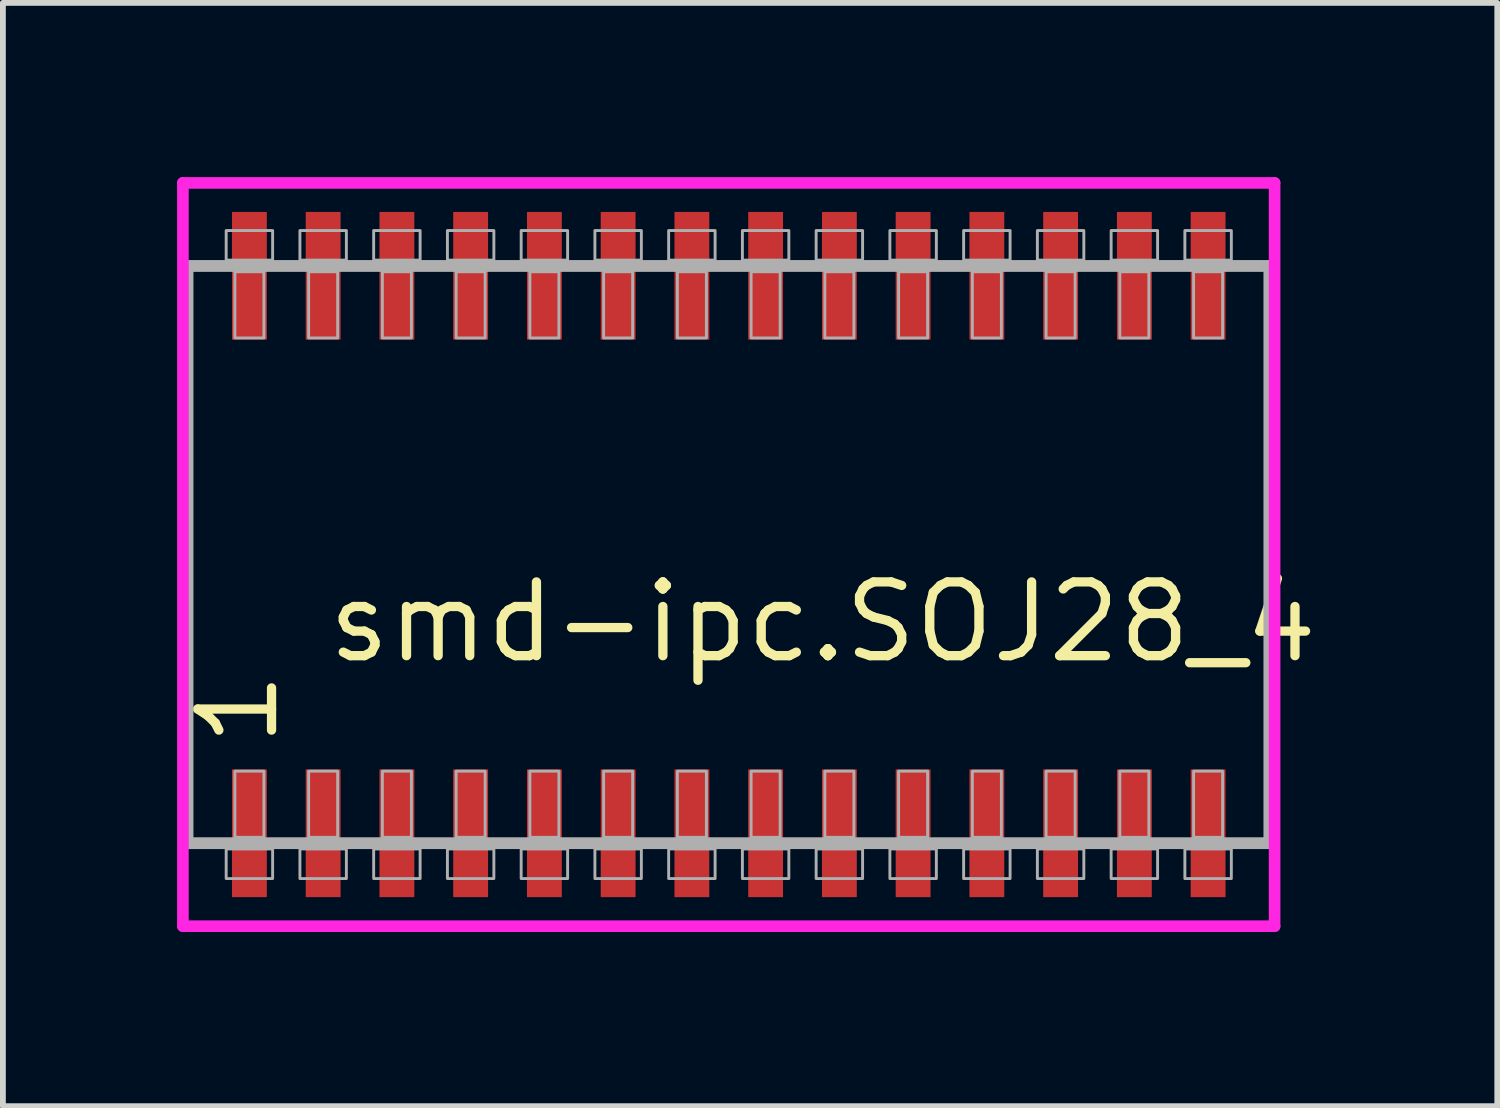
<source format=kicad_pcb>
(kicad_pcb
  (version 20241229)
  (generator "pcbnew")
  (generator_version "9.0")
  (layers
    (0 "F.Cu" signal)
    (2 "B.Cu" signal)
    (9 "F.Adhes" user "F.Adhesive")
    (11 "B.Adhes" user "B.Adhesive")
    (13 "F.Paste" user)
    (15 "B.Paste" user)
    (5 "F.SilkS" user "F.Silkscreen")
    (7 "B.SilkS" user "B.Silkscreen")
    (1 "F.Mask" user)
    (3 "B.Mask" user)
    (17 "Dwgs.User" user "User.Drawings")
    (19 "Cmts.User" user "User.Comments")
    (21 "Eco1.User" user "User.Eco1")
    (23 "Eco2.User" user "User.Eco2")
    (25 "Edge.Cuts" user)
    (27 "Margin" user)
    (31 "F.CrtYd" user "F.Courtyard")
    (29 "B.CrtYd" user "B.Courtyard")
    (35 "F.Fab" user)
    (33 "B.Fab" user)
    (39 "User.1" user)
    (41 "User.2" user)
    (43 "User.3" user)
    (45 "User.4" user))
  (footprint "smd-ipc.SOJ28_4"
    (layer "F.Cu")
    (at 9.5 6.5)
    (property "Reference" "smd-ipc.SOJ28_4" (at -6.985 1.905 0) (layer "F.SilkS") (effects (font (size 1.27 1.27) (thickness 0.16)) (justify left bottom)))
    (attr smd)
    (fp_line (start -9.4 -6.4) (end 9.4 -6.4) (stroke (width 0.2) (type default)) (layer "F.CrtYd"))
    (fp_line (start -9.4 6.4) (end -9.4 -6.4) (stroke (width 0.2) (type default)) (layer "F.CrtYd"))
    (fp_line (start 9.4 -6.4) (end 9.4 6.4) (stroke (width 0.2) (type default)) (layer "F.CrtYd"))
    (fp_line (start 9.4 6.4) (end -9.4 6.4) (stroke (width 0.2) (type default)) (layer "F.CrtYd"))
    (fp_line (start -9.32 -4.97) (end 9.31 -4.97) (stroke (width 0.203) (type default)) (layer "F.Fab"))
    (fp_line (start -9.32 4.97) (end -9.32 -4.97) (stroke (width 0.203) (type default)) (layer "F.Fab"))
    (fp_line (start 9.31 -4.97) (end 9.31 4.97) (stroke (width 0.203) (type default)) (layer "F.Fab"))
    (fp_line (start 9.31 4.97) (end -9.32 4.97) (stroke (width 0.203) (type default)) (layer "F.Fab"))
    (fp_rect (start -8.655 -5.07) (end -7.855 -5.58) (stroke (width 0.05) (type default)) (fill no) (layer "F.Fab"))
    (fp_rect (start -8.655 5.58) (end -7.855 5.07) (stroke (width 0.05) (type default)) (fill no) (layer "F.Fab"))
    (fp_rect (start -8.505 -3.73) (end -8.005 -4.87) (stroke (width 0.05) (type default)) (fill no) (layer "F.Fab"))
    (fp_rect (start -8.505 4.87) (end -8.005 3.73) (stroke (width 0.05) (type default)) (fill no) (layer "F.Fab"))
    (fp_rect (start -7.385 -5.07) (end -6.585 -5.58) (stroke (width 0.05) (type default)) (fill no) (layer "F.Fab"))
    (fp_rect (start -7.385 5.58) (end -6.585 5.07) (stroke (width 0.05) (type default)) (fill no) (layer "F.Fab"))
    (fp_rect (start -7.235 -3.73) (end -6.735 -4.87) (stroke (width 0.05) (type default)) (fill no) (layer "F.Fab"))
    (fp_rect (start -7.235 4.87) (end -6.735 3.73) (stroke (width 0.05) (type default)) (fill no) (layer "F.Fab"))
    (fp_rect (start -6.115 -5.07) (end -5.315 -5.58) (stroke (width 0.05) (type default)) (fill no) (layer "F.Fab"))
    (fp_rect (start -6.115 5.58) (end -5.315 5.07) (stroke (width 0.05) (type default)) (fill no) (layer "F.Fab"))
    (fp_rect (start -5.965 -3.73) (end -5.465 -4.87) (stroke (width 0.05) (type default)) (fill no) (layer "F.Fab"))
    (fp_rect (start -5.965 4.87) (end -5.465 3.73) (stroke (width 0.05) (type default)) (fill no) (layer "F.Fab"))
    (fp_rect (start -4.845 -5.07) (end -4.045 -5.58) (stroke (width 0.05) (type default)) (fill no) (layer "F.Fab"))
    (fp_rect (start -4.845 5.58) (end -4.045 5.07) (stroke (width 0.05) (type default)) (fill no) (layer "F.Fab"))
    (fp_rect (start -4.695 -3.73) (end -4.195 -4.87) (stroke (width 0.05) (type default)) (fill no) (layer "F.Fab"))
    (fp_rect (start -4.695 4.87) (end -4.195 3.73) (stroke (width 0.05) (type default)) (fill no) (layer "F.Fab"))
    (fp_rect (start -3.575 -5.07) (end -2.775 -5.58) (stroke (width 0.05) (type default)) (fill no) (layer "F.Fab"))
    (fp_rect (start -3.575 5.58) (end -2.775 5.07) (stroke (width 0.05) (type default)) (fill no) (layer "F.Fab"))
    (fp_rect (start -3.425 -3.73) (end -2.925 -4.87) (stroke (width 0.05) (type default)) (fill no) (layer "F.Fab"))
    (fp_rect (start -3.425 4.87) (end -2.925 3.73) (stroke (width 0.05) (type default)) (fill no) (layer "F.Fab"))
    (fp_rect (start -2.305 -5.07) (end -1.505 -5.58) (stroke (width 0.05) (type default)) (fill no) (layer "F.Fab"))
    (fp_rect (start -2.305 5.58) (end -1.505 5.07) (stroke (width 0.05) (type default)) (fill no) (layer "F.Fab"))
    (fp_rect (start -2.155 -3.73) (end -1.655 -4.87) (stroke (width 0.05) (type default)) (fill no) (layer "F.Fab"))
    (fp_rect (start -2.155 4.87) (end -1.655 3.73) (stroke (width 0.05) (type default)) (fill no) (layer "F.Fab"))
    (fp_rect (start -1.035 -5.07) (end -0.235 -5.58) (stroke (width 0.05) (type default)) (fill no) (layer "F.Fab"))
    (fp_rect (start -1.035 5.58) (end -0.235 5.07) (stroke (width 0.05) (type default)) (fill no) (layer "F.Fab"))
    (fp_rect (start -0.885 -3.73) (end -0.385 -4.87) (stroke (width 0.05) (type default)) (fill no) (layer "F.Fab"))
    (fp_rect (start -0.885 4.87) (end -0.385 3.73) (stroke (width 0.05) (type default)) (fill no) (layer "F.Fab"))
    (fp_rect (start 0.235 -5.07) (end 1.035 -5.58) (stroke (width 0.05) (type default)) (fill no) (layer "F.Fab"))
    (fp_rect (start 0.235 5.58) (end 1.035 5.07) (stroke (width 0.05) (type default)) (fill no) (layer "F.Fab"))
    (fp_rect (start 0.385 -3.73) (end 0.885 -4.87) (stroke (width 0.05) (type default)) (fill no) (layer "F.Fab"))
    (fp_rect (start 0.385 4.87) (end 0.885 3.73) (stroke (width 0.05) (type default)) (fill no) (layer "F.Fab"))
    (fp_rect (start 1.505 -5.07) (end 2.305 -5.58) (stroke (width 0.05) (type default)) (fill no) (layer "F.Fab"))
    (fp_rect (start 1.505 5.58) (end 2.305 5.07) (stroke (width 0.05) (type default)) (fill no) (layer "F.Fab"))
    (fp_rect (start 1.655 -3.73) (end 2.155 -4.87) (stroke (width 0.05) (type default)) (fill no) (layer "F.Fab"))
    (fp_rect (start 1.655 4.87) (end 2.155 3.73) (stroke (width 0.05) (type default)) (fill no) (layer "F.Fab"))
    (fp_rect (start 2.775 -5.07) (end 3.575 -5.58) (stroke (width 0.05) (type default)) (fill no) (layer "F.Fab"))
    (fp_rect (start 2.775 5.58) (end 3.575 5.07) (stroke (width 0.05) (type default)) (fill no) (layer "F.Fab"))
    (fp_rect (start 2.925 -3.73) (end 3.425 -4.87) (stroke (width 0.05) (type default)) (fill no) (layer "F.Fab"))
    (fp_rect (start 2.925 4.87) (end 3.425 3.73) (stroke (width 0.05) (type default)) (fill no) (layer "F.Fab"))
    (fp_rect (start 4.045 -5.07) (end 4.845 -5.58) (stroke (width 0.05) (type default)) (fill no) (layer "F.Fab"))
    (fp_rect (start 4.045 5.58) (end 4.845 5.07) (stroke (width 0.05) (type default)) (fill no) (layer "F.Fab"))
    (fp_rect (start 4.195 -3.73) (end 4.695 -4.87) (stroke (width 0.05) (type default)) (fill no) (layer "F.Fab"))
    (fp_rect (start 4.195 4.87) (end 4.695 3.73) (stroke (width 0.05) (type default)) (fill no) (layer "F.Fab"))
    (fp_rect (start 5.315 -5.07) (end 6.115 -5.58) (stroke (width 0.05) (type default)) (fill no) (layer "F.Fab"))
    (fp_rect (start 5.315 5.58) (end 6.115 5.07) (stroke (width 0.05) (type default)) (fill no) (layer "F.Fab"))
    (fp_rect (start 5.465 -3.73) (end 5.965 -4.87) (stroke (width 0.05) (type default)) (fill no) (layer "F.Fab"))
    (fp_rect (start 5.465 4.87) (end 5.965 3.73) (stroke (width 0.05) (type default)) (fill no) (layer "F.Fab"))
    (fp_rect (start 6.585 -5.07) (end 7.385 -5.58) (stroke (width 0.05) (type default)) (fill no) (layer "F.Fab"))
    (fp_rect (start 6.585 5.58) (end 7.385 5.07) (stroke (width 0.05) (type default)) (fill no) (layer "F.Fab"))
    (fp_rect (start 6.735 -3.73) (end 7.235 -4.87) (stroke (width 0.05) (type default)) (fill no) (layer "F.Fab"))
    (fp_rect (start 6.735 4.87) (end 7.235 3.73) (stroke (width 0.05) (type default)) (fill no) (layer "F.Fab"))
    (fp_rect (start 7.855 -5.07) (end 8.655 -5.58) (stroke (width 0.05) (type default)) (fill no) (layer "F.Fab"))
    (fp_rect (start 7.855 5.58) (end 8.655 5.07) (stroke (width 0.05) (type default)) (fill no) (layer "F.Fab"))
    (fp_rect (start 8.005 -3.73) (end 8.505 -4.87) (stroke (width 0.05) (type default)) (fill no) (layer "F.Fab"))
    (fp_rect (start 8.005 4.87) (end 8.505 3.73) (stroke (width 0.05) (type default)) (fill no) (layer "F.Fab"))
    (fp_text user "1" (at -7.71 3.37 90) (layer "F.SilkS") (effects (font (size 1.27 1.27) (thickness 0.16)) (justify left bottom)))
    (pad "1" smd roundrect (at -8.255 4.8) (size 0.6 2.2) (layers "F.Cu" "F.Mask" "F.Paste") (roundrect_rratio 0.01))
    (pad "2" smd roundrect (at -6.985 4.8) (size 0.6 2.2) (layers "F.Cu" "F.Mask" "F.Paste") (roundrect_rratio 0.01))
    (pad "3" smd roundrect (at -5.715 4.8) (size 0.6 2.2) (layers "F.Cu" "F.Mask" "F.Paste") (roundrect_rratio 0.01))
    (pad "4" smd roundrect (at -4.445 4.8) (size 0.6 2.2) (layers "F.Cu" "F.Mask" "F.Paste") (roundrect_rratio 0.01))
    (pad "5" smd roundrect (at -3.175 4.8) (size 0.6 2.2) (layers "F.Cu" "F.Mask" "F.Paste") (roundrect_rratio 0.01))
    (pad "6" smd roundrect (at -1.905 4.8) (size 0.6 2.2) (layers "F.Cu" "F.Mask" "F.Paste") (roundrect_rratio 0.01))
    (pad "7" smd roundrect (at -0.635 4.8) (size 0.6 2.2) (layers "F.Cu" "F.Mask" "F.Paste") (roundrect_rratio 0.01))
    (pad "8" smd roundrect (at 0.635 4.8) (size 0.6 2.2) (layers "F.Cu" "F.Mask" "F.Paste") (roundrect_rratio 0.01))
    (pad "9" smd roundrect (at 1.905 4.8) (size 0.6 2.2) (layers "F.Cu" "F.Mask" "F.Paste") (roundrect_rratio 0.01))
    (pad "10" smd roundrect (at 3.175 4.8) (size 0.6 2.2) (layers "F.Cu" "F.Mask" "F.Paste") (roundrect_rratio 0.01))
    (pad "11" smd roundrect (at 4.445 4.8) (size 0.6 2.2) (layers "F.Cu" "F.Mask" "F.Paste") (roundrect_rratio 0.01))
    (pad "12" smd roundrect (at 5.715 4.8) (size 0.6 2.2) (layers "F.Cu" "F.Mask" "F.Paste") (roundrect_rratio 0.01))
    (pad "13" smd roundrect (at 6.985 4.8) (size 0.6 2.2) (layers "F.Cu" "F.Mask" "F.Paste") (roundrect_rratio 0.01))
    (pad "14" smd roundrect (at 8.255 4.8) (size 0.6 2.2) (layers "F.Cu" "F.Mask" "F.Paste") (roundrect_rratio 0.01))
    (pad "15" smd roundrect (at 8.255 -4.8) (size 0.6 2.2) (layers "F.Cu" "F.Mask" "F.Paste") (roundrect_rratio 0.01))
    (pad "16" smd roundrect (at 6.985 -4.8) (size 0.6 2.2) (layers "F.Cu" "F.Mask" "F.Paste") (roundrect_rratio 0.01))
    (pad "17" smd roundrect (at 5.715 -4.8) (size 0.6 2.2) (layers "F.Cu" "F.Mask" "F.Paste") (roundrect_rratio 0.01))
    (pad "18" smd roundrect (at 4.445 -4.8) (size 0.6 2.2) (layers "F.Cu" "F.Mask" "F.Paste") (roundrect_rratio 0.01))
    (pad "19" smd roundrect (at 3.175 -4.8) (size 0.6 2.2) (layers "F.Cu" "F.Mask" "F.Paste") (roundrect_rratio 0.01))
    (pad "20" smd roundrect (at 1.905 -4.8) (size 0.6 2.2) (layers "F.Cu" "F.Mask" "F.Paste") (roundrect_rratio 0.01))
    (pad "21" smd roundrect (at 0.635 -4.8) (size 0.6 2.2) (layers "F.Cu" "F.Mask" "F.Paste") (roundrect_rratio 0.01))
    (pad "22" smd roundrect (at -0.635 -4.8) (size 0.6 2.2) (layers "F.Cu" "F.Mask" "F.Paste") (roundrect_rratio 0.01))
    (pad "23" smd roundrect (at -1.905 -4.8) (size 0.6 2.2) (layers "F.Cu" "F.Mask" "F.Paste") (roundrect_rratio 0.01))
    (pad "24" smd roundrect (at -3.175 -4.8) (size 0.6 2.2) (layers "F.Cu" "F.Mask" "F.Paste") (roundrect_rratio 0.01))
    (pad "25" smd roundrect (at -4.445 -4.8) (size 0.6 2.2) (layers "F.Cu" "F.Mask" "F.Paste") (roundrect_rratio 0.01))
    (pad "26" smd roundrect (at -5.715 -4.8) (size 0.6 2.2) (layers "F.Cu" "F.Mask" "F.Paste") (roundrect_rratio 0.01))
    (pad "27" smd roundrect (at -6.985 -4.8) (size 0.6 2.2) (layers "F.Cu" "F.Mask" "F.Paste") (roundrect_rratio 0.01))
    (pad "28" smd roundrect (at -8.255 -4.8) (size 0.6 2.2) (layers "F.Cu" "F.Mask" "F.Paste") (roundrect_rratio 0.01)))
  (gr_rect
    (start -3 -3)
    (end 22.735 16)
    (stroke (width 0.1) (type default))
    (fill no)
    (layer "Edge.Cuts")))
</source>
